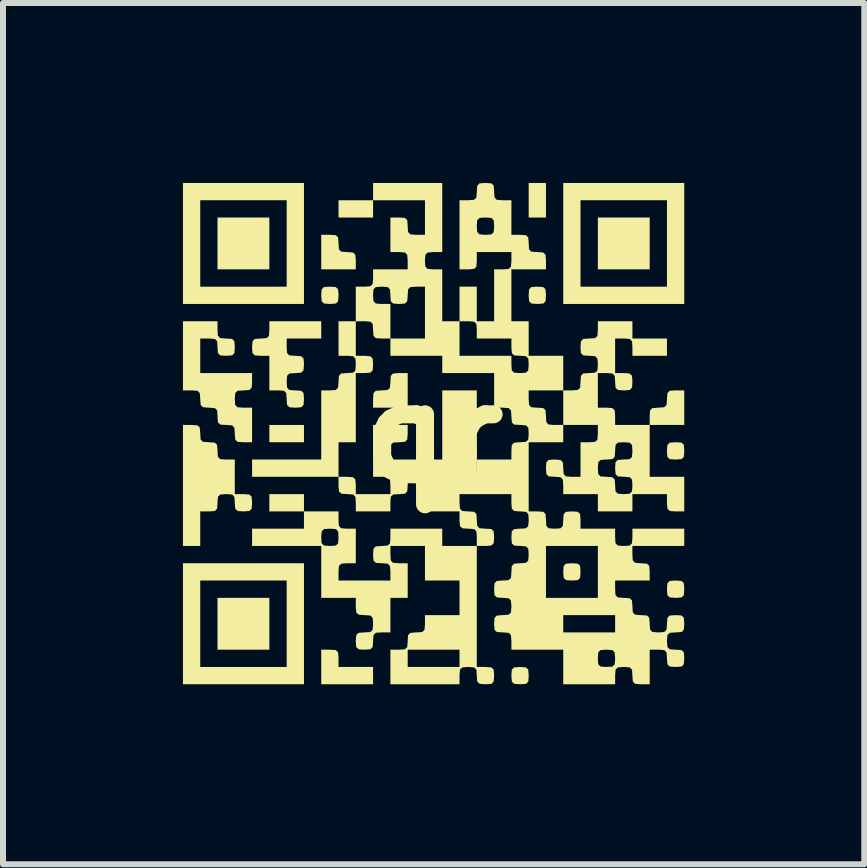
<source format=kicad_pcb>
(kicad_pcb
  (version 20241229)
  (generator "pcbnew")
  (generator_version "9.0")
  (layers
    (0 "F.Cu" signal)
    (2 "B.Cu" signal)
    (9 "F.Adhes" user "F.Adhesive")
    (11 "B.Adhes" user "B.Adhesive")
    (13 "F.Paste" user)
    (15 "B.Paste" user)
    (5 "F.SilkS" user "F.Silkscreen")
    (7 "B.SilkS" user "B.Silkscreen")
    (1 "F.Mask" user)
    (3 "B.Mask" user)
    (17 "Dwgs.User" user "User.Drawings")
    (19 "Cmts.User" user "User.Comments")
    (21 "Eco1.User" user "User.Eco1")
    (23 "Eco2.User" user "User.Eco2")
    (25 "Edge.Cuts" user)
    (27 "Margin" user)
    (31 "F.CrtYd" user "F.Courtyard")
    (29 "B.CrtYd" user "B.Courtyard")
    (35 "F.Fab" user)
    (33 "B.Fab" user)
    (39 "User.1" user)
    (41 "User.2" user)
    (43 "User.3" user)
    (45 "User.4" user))
  (footprint "qr"
    (layer "F.Cu")
    (at 4.178 4.178)
    (property "Reference" "qr" (at 0 0 0) (layer "F.SilkS") (effects (font (size 1.5 1.5) (thickness 0.3))))
    (attr board_only exclude_from_pos_files exclude_from_bom)
    (fp_poly (pts (xy -2.738 -3.17) (xy -2.738 -2.738) (xy -3.17 -2.738) (xy -3.602 -2.738) (xy -3.602 -3.17) (xy -3.602 -3.602) (xy -3.17 -3.602) (xy -2.738 -3.602)) (stroke (width 0) (type solid)) (fill yes) (layer "F.SilkS"))
    (fp_poly (pts (xy -2.738 3.17) (xy -2.738 3.602) (xy -3.17 3.602) (xy -3.602 3.602) (xy -3.602 3.17) (xy -3.602 2.738) (xy -3.17 2.738) (xy -2.738 2.738)) (stroke (width 0) (type solid)) (fill yes) (layer "F.SilkS"))
    (fp_poly (pts (xy -2.161 -0.000001) (xy -2.161 0.144) (xy -2.449 0.144) (xy -2.738 0.144) (xy -2.738 -0.000001) (xy -2.738 -0.144) (xy -2.449 -0.144) (xy -2.161 -0.144)) (stroke (width 0) (type solid)) (fill yes) (layer "F.SilkS"))
    (fp_poly (pts (xy -2.161 1.153) (xy -2.161 1.297) (xy -2.449 1.297) (xy -2.738 1.297) (xy -2.738 1.153) (xy -2.738 1.009) (xy -2.449 1.009) (xy -2.161 1.009)) (stroke (width 0) (type solid)) (fill yes) (layer "F.SilkS"))
    (fp_poly (pts (xy 1.873 -3.89) (xy 1.873 -3.602) (xy 1.729 -3.602) (xy 1.585 -3.602) (xy 1.585 -3.89) (xy 1.585 -4.178) (xy 1.729 -4.178) (xy 1.873 -4.178)) (stroke (width 0) (type solid)) (fill yes) (layer "F.SilkS"))
    (fp_poly (pts (xy 3.602 -3.17) (xy 3.602 -2.738) (xy 3.17 -2.738) (xy 2.738 -2.738) (xy 2.738 -3.17) (xy 2.738 -3.602) (xy 3.17 -3.602) (xy 3.602 -3.602)) (stroke (width 0) (type solid)) (fill yes) (layer "F.SilkS"))
    (fp_poly (pts (xy -1.632 3.608) (xy -1.593 3.644) (xy -1.585 3.735) (xy -1.585 3.746) (xy -1.585 3.89) (xy -1.297 3.89) (xy -1.009 3.89) (xy -1.009 4.034) (xy -1.009 4.178) (xy -1.441 4.178) (xy -1.873 4.178) (xy -1.873 3.89) (xy -1.873 3.602) (xy -1.729 3.602)) (stroke (width 0) (type solid)) (fill yes) (layer "F.SilkS"))
    (fp_poly (pts (xy -1.632 -2.443) (xy -1.593 -2.407) (xy -1.585 -2.316) (xy -1.585 -2.305) (xy -1.591 -2.209) (xy -1.627 -2.169) (xy -1.718 -2.161) (xy -1.729 -2.161) (xy -1.826 -2.168) (xy -1.865 -2.204) (xy -1.873 -2.294) (xy -1.873 -2.305) (xy -1.867 -2.402) (xy -1.831 -2.442) (xy -1.74 -2.449) (xy -1.729 -2.449)) (stroke (width 0) (type solid)) (fill yes) (layer "F.SilkS"))
    (fp_poly (pts (xy 1.537 3.897) (xy 1.577 3.933) (xy 1.585 4.023) (xy 1.585 4.034) (xy 1.579 4.131) (xy 1.543 4.171) (xy 1.452 4.178) (xy 1.441 4.178) (xy 1.344 4.172) (xy 1.305 4.136) (xy 1.297 4.045) (xy 1.297 4.034) (xy 1.303 3.938) (xy 1.339 3.898) (xy 1.43 3.89) (xy 1.441 3.89)) (stroke (width 0) (type solid)) (fill yes) (layer "F.SilkS"))
    (fp_poly (pts (xy 1.826 -2.443) (xy 1.865 -2.407) (xy 1.873 -2.316) (xy 1.873 -2.305) (xy 1.867 -2.209) (xy 1.831 -2.169) (xy 1.74 -2.161) (xy 1.729 -2.161) (xy 1.632 -2.168) (xy 1.593 -2.204) (xy 1.585 -2.294) (xy 1.585 -2.305) (xy 1.591 -2.402) (xy 1.627 -2.442) (xy 1.718 -2.449) (xy 1.729 -2.449)) (stroke (width 0) (type solid)) (fill yes) (layer "F.SilkS"))
    (fp_poly (pts (xy 2.402 2.168) (xy 2.442 2.204) (xy 2.449 2.294) (xy 2.449 2.305) (xy 2.443 2.402) (xy 2.407 2.442) (xy 2.316 2.449) (xy 2.305 2.449) (xy 2.209 2.443) (xy 2.169 2.407) (xy 2.161 2.316) (xy 2.161 2.305) (xy 2.168 2.209) (xy 2.204 2.169) (xy 2.294 2.161) (xy 2.305 2.161)) (stroke (width 0) (type solid)) (fill yes) (layer "F.SilkS"))
    (fp_poly (pts (xy 4.131 0.15) (xy 4.171 0.186) (xy 4.178 0.277) (xy 4.178 0.288) (xy 4.172 0.385) (xy 4.136 0.424) (xy 4.045 0.432) (xy 4.034 0.432) (xy 3.938 0.426) (xy 3.898 0.39) (xy 3.89 0.299) (xy 3.89 0.288) (xy 3.897 0.192) (xy 3.933 0.152) (xy 4.023 0.144) (xy 4.034 0.144)) (stroke (width 0) (type solid)) (fill yes) (layer "F.SilkS"))
    (fp_poly (pts (xy 4.131 2.456) (xy 4.171 2.492) (xy 4.178 2.583) (xy 4.178 2.594) (xy 4.172 2.69) (xy 4.136 2.73) (xy 4.045 2.738) (xy 4.034 2.738) (xy 3.938 2.731) (xy 3.898 2.695) (xy 3.89 2.604) (xy 3.89 2.594) (xy 3.897 2.497) (xy 3.933 2.457) (xy 4.023 2.449) (xy 4.034 2.449)) (stroke (width 0) (type solid)) (fill yes) (layer "F.SilkS"))
    (fp_poly (pts (xy -2.161 -3.17) (xy -2.161 -2.161) (xy -3.17 -2.161) (xy -4.178 -2.161) (xy -4.178 -3.17) (xy -3.89 -3.17) (xy -3.89 -2.449) (xy -3.17 -2.449) (xy -2.449 -2.449) (xy -2.449 -3.17) (xy -2.449 -3.89) (xy -3.17 -3.89) (xy -3.89 -3.89) (xy -3.89 -3.17) (xy -4.178 -3.17) (xy -4.178 -4.178) (xy -3.17 -4.178) (xy -2.161 -4.178)) (stroke (width 0) (type solid)) (fill yes) (layer "F.SilkS"))
    (fp_poly (pts (xy -2.161 3.17) (xy -2.161 4.178) (xy -3.17 4.178) (xy -4.178 4.178) (xy -4.178 3.17) (xy -3.89 3.17) (xy -3.89 3.89) (xy -3.17 3.89) (xy -2.449 3.89) (xy -2.449 3.17) (xy -2.449 2.449) (xy -3.17 2.449) (xy -3.89 2.449) (xy -3.89 3.17) (xy -4.178 3.17) (xy -4.178 2.161) (xy -3.17 2.161) (xy -2.161 2.161)) (stroke (width 0) (type solid)) (fill yes) (layer "F.SilkS"))
    (fp_poly (pts (xy -1.632 -3.308) (xy -1.593 -3.272) (xy -1.585 -3.181) (xy -1.585 -3.17) (xy -1.579 -3.073) (xy -1.543 -3.034) (xy -1.452 -3.026) (xy -1.441 -3.026) (xy -1.344 -3.019) (xy -1.305 -2.983) (xy -1.297 -2.893) (xy -1.297 -2.882) (xy -1.297 -2.738) (xy -1.585 -2.738) (xy -1.873 -2.738) (xy -1.873 -3.026) (xy -1.873 -3.314) (xy -1.729 -3.314)) (stroke (width 0) (type solid)) (fill yes) (layer "F.SilkS"))
    (fp_poly (pts (xy -0.432 -0.72) (xy -0.432 -0.432) (xy -0.72 -0.432) (xy -1.009 -0.432) (xy -1.009 -0.576) (xy -1.002 -0.673) (xy -0.966 -0.713) (xy -0.875 -0.72) (xy -0.865 -0.72) (xy -0.768 -0.727) (xy -0.728 -0.763) (xy -0.72 -0.854) (xy -0.72 -0.865) (xy -0.714 -0.961) (xy -0.678 -1.001) (xy -0.587 -1.009) (xy -0.576 -1.009) (xy -0.432 -1.009)) (stroke (width 0) (type solid)) (fill yes) (layer "F.SilkS"))
    (fp_poly (pts (xy 4.178 -3.17) (xy 4.178 -2.161) (xy 3.17 -2.161) (xy 2.161 -2.161) (xy 2.161 -3.17) (xy 2.449 -3.17) (xy 2.449 -2.449) (xy 3.17 -2.449) (xy 3.89 -2.449) (xy 3.89 -3.17) (xy 3.89 -3.89) (xy 3.17 -3.89) (xy 2.449 -3.89) (xy 2.449 -3.17) (xy 2.161 -3.17) (xy 2.161 -4.178) (xy 3.17 -4.178) (xy 4.178 -4.178)) (stroke (width 0) (type solid)) (fill yes) (layer "F.SilkS"))
    (fp_poly (pts (xy -3.938 -0.138) (xy -3.898 -0.102) (xy -3.89 -0.011) (xy -3.89 -0.000001) (xy -3.884 0.097) (xy -3.848 0.136) (xy -3.757 0.144) (xy -3.746 0.144) (xy -3.65 0.15) (xy -3.61 0.186) (xy -3.602 0.277) (xy -3.602 0.288) (xy -3.596 0.385) (xy -3.56 0.424) (xy -3.469 0.432) (xy -3.458 0.432) (xy -3.314 0.432) (xy -3.314 0.72) (xy -3.314 1.009) (xy -3.17 1.009) (xy -3.073 1.015) (xy -3.034 1.051) (xy -3.026 1.142) (xy -3.026 1.153) (xy -3.032 1.249) (xy -3.068 1.289) (xy -3.159 1.297) (xy -3.17 1.297) (xy -3.266 1.29) (xy -3.306 1.254) (xy -3.314 1.164) (xy -3.314 1.153) (xy -3.32 1.056) (xy -3.356 1.016) (xy -3.447 1.009) (xy -3.458 1.009) (xy -3.555 1.015) (xy -3.594 1.051) (xy -3.602 1.142) (xy -3.602 1.153) (xy -3.608 1.249) (xy -3.644 1.289) (xy -3.735 1.297) (xy -3.746 1.297) (xy -3.89 1.297) (xy -3.89 1.585) (xy -3.89 1.873) (xy -4.034 1.873) (xy -4.178 1.873) (xy -4.178 0.865) (xy -4.178 -0.144) (xy -4.034 -0.144)) (stroke (width 0) (type solid)) (fill yes) (layer "F.SilkS"))
    (fp_poly (pts (xy -1.873 -1.729) (xy -1.873 -1.585) (xy -2.161 -1.585) (xy -2.449 -1.585) (xy -2.449 -1.441) (xy -2.443 -1.344) (xy -2.407 -1.305) (xy -2.316 -1.297) (xy -2.305 -1.297) (xy -2.209 -1.29) (xy -2.169 -1.254) (xy -2.161 -1.164) (xy -2.161 -1.153) (xy -2.168 -1.056) (xy -2.204 -1.017) (xy -2.294 -1.009) (xy -2.305 -1.009) (xy -2.402 -1.002) (xy -2.442 -0.966) (xy -2.449 -0.875) (xy -2.449 -0.865) (xy -2.443 -0.768) (xy -2.407 -0.728) (xy -2.316 -0.72) (xy -2.305 -0.72) (xy -2.209 -0.714) (xy -2.169 -0.678) (xy -2.161 -0.587) (xy -2.161 -0.576) (xy -2.168 -0.48) (xy -2.204 -0.44) (xy -2.294 -0.432) (xy -2.305 -0.432) (xy -2.402 -0.439) (xy -2.442 -0.475) (xy -2.449 -0.565) (xy -2.449 -0.576) (xy -2.456 -0.673) (xy -2.492 -0.713) (xy -2.583 -0.72) (xy -2.594 -0.72) (xy -2.738 -0.72) (xy -2.738 -1.009) (xy -2.738 -1.297) (xy -2.882 -1.297) (xy -2.978 -1.303) (xy -3.018 -1.339) (xy -3.026 -1.43) (xy -3.026 -1.441) (xy -3.019 -1.537) (xy -2.983 -1.577) (xy -2.893 -1.585) (xy -2.882 -1.585) (xy -2.785 -1.591) (xy -2.746 -1.627) (xy -2.738 -1.718) (xy -2.738 -1.729) (xy -2.738 -1.873) (xy -2.305 -1.873) (xy -1.873 -1.873)) (stroke (width 0) (type solid)) (fill yes) (layer "F.SilkS"))
    (fp_poly (pts (xy -3.602 -1.729) (xy -3.596 -1.632) (xy -3.56 -1.593) (xy -3.469 -1.585) (xy -3.458 -1.585) (xy -3.361 -1.579) (xy -3.322 -1.543) (xy -3.314 -1.452) (xy -3.314 -1.441) (xy -3.32 -1.344) (xy -3.356 -1.305) (xy -3.447 -1.297) (xy -3.458 -1.297) (xy -3.555 -1.303) (xy -3.594 -1.339) (xy -3.602 -1.43) (xy -3.602 -1.441) (xy -3.608 -1.537) (xy -3.644 -1.577) (xy -3.735 -1.585) (xy -3.746 -1.585) (xy -3.89 -1.585) (xy -3.89 -1.297) (xy -3.89 -1.009) (xy -3.458 -1.009) (xy -3.026 -1.009) (xy -3.026 -0.865) (xy -3.032 -0.768) (xy -3.068 -0.728) (xy -3.159 -0.72) (xy -3.17 -0.72) (xy -3.266 -0.714) (xy -3.306 -0.678) (xy -3.314 -0.587) (xy -3.314 -0.576) (xy -3.308 -0.48) (xy -3.272 -0.44) (xy -3.181 -0.432) (xy -3.17 -0.432) (xy -3.026 -0.432) (xy -3.026 -0.144) (xy -3.026 0.144) (xy -3.17 0.144) (xy -3.266 0.138) (xy -3.306 0.102) (xy -3.314 0.011) (xy -3.314 -0.000001) (xy -3.32 -0.097) (xy -3.356 -0.136) (xy -3.447 -0.144) (xy -3.458 -0.144) (xy -3.555 -0.15) (xy -3.594 -0.186) (xy -3.602 -0.277) (xy -3.602 -0.288) (xy -3.608 -0.385) (xy -3.644 -0.424) (xy -3.735 -0.432) (xy -3.746 -0.432) (xy -3.843 -0.439) (xy -3.882 -0.475) (xy -3.89 -0.565) (xy -3.89 -0.576) (xy -3.897 -0.673) (xy -3.933 -0.713) (xy -4.023 -0.72) (xy -4.034 -0.72) (xy -4.178 -0.72) (xy -4.178 -1.297) (xy -4.178 -1.873) (xy -3.89 -1.873) (xy -3.602 -1.873)) (stroke (width 0) (type solid)) (fill yes) (layer "F.SilkS"))
    (fp_poly (pts (xy 0.144 -3.602) (xy 0.144 -3.026) (xy -0.000001 -3.026) (xy -0.097 -3.019) (xy -0.136 -2.983) (xy -0.144 -2.893) (xy -0.144 -2.882) (xy -0.138 -2.785) (xy -0.102 -2.746) (xy -0.011 -2.738) (xy -0.000001 -2.738) (xy 0.144 -2.738) (xy 0.144 -2.305) (xy 0.144 -1.873) (xy 0.288 -1.873) (xy 0.432 -1.873) (xy 0.432 -2.161) (xy 0.432 -2.449) (xy 0.576 -2.449) (xy 0.72 -2.449) (xy 0.72 -2.161) (xy 0.72 -1.873) (xy 0.865 -1.873) (xy 1.009 -1.873) (xy 1.009 -2.305) (xy 1.009 -2.738) (xy 1.153 -2.738) (xy 1.249 -2.744) (xy 1.289 -2.78) (xy 1.297 -2.871) (xy 1.297 -2.882) (xy 1.297 -3.026) (xy 1.009 -3.026) (xy 0.72 -3.026) (xy 0.72 -2.882) (xy 0.714 -2.785) (xy 0.678 -2.746) (xy 0.587 -2.738) (xy 0.576 -2.738) (xy 0.432 -2.738) (xy 0.432 -3.314) (xy 0.432 -3.458) (xy 0.72 -3.458) (xy 0.727 -3.361) (xy 0.763 -3.322) (xy 0.854 -3.314) (xy 0.865 -3.314) (xy 0.961 -3.32) (xy 1.001 -3.356) (xy 1.009 -3.447) (xy 1.009 -3.458) (xy 1.002 -3.555) (xy 0.966 -3.594) (xy 0.875 -3.602) (xy 0.865 -3.602) (xy 0.768 -3.596) (xy 0.728 -3.56) (xy 0.72 -3.469) (xy 0.72 -3.458) (xy 0.432 -3.458) (xy 0.432 -3.89) (xy 0.576 -3.89) (xy 0.673 -3.897) (xy 0.713 -3.933) (xy 0.72 -4.023) (xy 0.72 -4.034) (xy 0.727 -4.131) (xy 0.763 -4.171) (xy 0.854 -4.178) (xy 0.865 -4.178) (xy 0.961 -4.172) (xy 1.001 -4.136) (xy 1.009 -4.045) (xy 1.009 -4.034) (xy 1.015 -3.938) (xy 1.051 -3.898) (xy 1.142 -3.89) (xy 1.153 -3.89) (xy 1.297 -3.89) (xy 1.297 -3.602) (xy 1.297 -3.314) (xy 1.441 -3.314) (xy 1.537 -3.308) (xy 1.577 -3.272) (xy 1.585 -3.181) (xy 1.585 -3.17) (xy 1.591 -3.073) (xy 1.627 -3.034) (xy 1.718 -3.026) (xy 1.729 -3.026) (xy 1.826 -3.019) (xy 1.865 -2.983) (xy 1.873 -2.893) (xy 1.873 -2.882) (xy 1.873 -2.738) (xy 1.585 -2.738) (xy 1.297 -2.738) (xy 1.297 -2.305) (xy 1.297 -1.873) (xy 1.441 -1.873) (xy 1.585 -1.873) (xy 1.585 -1.585) (xy 1.585 -1.297) (xy 1.873 -1.297) (xy 2.161 -1.297) (xy 2.161 -1.009) (xy 2.161 -0.72) (xy 2.305 -0.72) (xy 2.402 -0.727) (xy 2.442 -0.763) (xy 2.449 -0.854) (xy 2.449 -0.865) (xy 2.456 -0.961) (xy 2.492 -1.001) (xy 2.583 -1.009) (xy 2.594 -1.009) (xy 2.69 -1.015) (xy 2.73 -1.051) (xy 2.738 -1.142) (xy 2.738 -1.153) (xy 2.731 -1.249) (xy 2.695 -1.289) (xy 2.604 -1.297) (xy 2.594 -1.297) (xy 2.497 -1.303) (xy 2.457 -1.339) (xy 2.449 -1.43) (xy 2.449 -1.441) (xy 2.456 -1.537) (xy 2.492 -1.577) (xy 2.583 -1.585) (xy 2.594 -1.585) (xy 2.69 -1.591) (xy 2.73 -1.627) (xy 2.738 -1.718) (xy 2.738 -1.729) (xy 2.738 -1.873) (xy 3.026 -1.873) (xy 3.314 -1.873) (xy 3.314 -1.729) (xy 3.314 -1.585) (xy 3.602 -1.585) (xy 3.89 -1.585) (xy 3.89 -1.441) (xy 3.89 -1.297) (xy 3.602 -1.297) (xy 3.314 -1.297) (xy 3.314 -1.441) (xy 3.308 -1.537) (xy 3.272 -1.577) (xy 3.181 -1.585) (xy 3.17 -1.585) (xy 3.026 -1.585) (xy 3.026 -1.297) (xy 3.026 -1.009) (xy 3.17 -1.009) (xy 3.266 -1.002) (xy 3.306 -0.966) (xy 3.314 -0.875) (xy 3.314 -0.865) (xy 3.308 -0.768) (xy 3.272 -0.728) (xy 3.181 -0.72) (xy 3.17 -0.72) (xy 3.073 -0.727) (xy 3.034 -0.763) (xy 3.026 -0.854) (xy 3.026 -0.865) (xy 3.019 -0.961) (xy 2.983 -1.001) (xy 2.893 -1.009) (xy 2.882 -1.009) (xy 2.738 -1.009) (xy 2.738 -0.72) (xy 2.738 -0.432) (xy 2.882 -0.432) (xy 2.978 -0.426) (xy 3.018 -0.39) (xy 3.026 -0.299) (xy 3.026 -0.288) (xy 3.026 -0.144) (xy 3.314 -0.144) (xy 3.602 -0.144) (xy 3.602 -0.288) (xy 3.608 -0.385) (xy 3.644 -0.424) (xy 3.735 -0.432) (xy 3.746 -0.432) (xy 3.843 -0.439) (xy 3.882 -0.475) (xy 3.89 -0.565) (xy 3.89 -0.576) (xy 3.897 -0.673) (xy 3.933 -0.713) (xy 4.023 -0.72) (xy 4.034 -0.72) (xy 4.178 -0.72) (xy 4.178 -0.432) (xy 4.178 -0.144) (xy 3.89 -0.144) (xy 3.602 -0.144) (xy 3.602 0.288) (xy 3.602 0.72) (xy 3.89 0.72) (xy 4.178 0.72) (xy 4.178 1.009) (xy 4.178 1.297) (xy 4.034 1.297) (xy 3.938 1.29) (xy 3.898 1.254) (xy 3.89 1.164) (xy 3.89 1.153) (xy 3.89 1.009) (xy 3.602 1.009) (xy 3.314 1.009) (xy 3.314 1.153) (xy 3.314 1.297) (xy 3.026 1.297) (xy 2.738 1.297) (xy 2.738 1.153) (xy 2.738 1.009) (xy 2.449 1.009) (xy 2.161 1.009) (xy 2.161 0.865) (xy 2.155 0.768) (xy 2.119 0.728) (xy 2.028 0.72) (xy 2.017 0.72) (xy 1.921 0.714) (xy 1.881 0.678) (xy 1.873 0.587) (xy 1.873 0.576) (xy 1.879 0.48) (xy 1.915 0.44) (xy 2.006 0.432) (xy 2.017 0.432) (xy 2.114 0.439) (xy 2.153 0.475) (xy 2.161 0.565) (xy 2.161 0.576) (xy 2.168 0.673) (xy 2.204 0.713) (xy 2.294 0.72) (xy 2.305 0.72) (xy 2.449 0.72) (xy 2.449 0.576) (xy 2.738 0.576) (xy 2.744 0.673) (xy 2.78 0.713) (xy 2.871 0.72) (xy 2.882 0.72) (xy 2.978 0.727) (xy 3.018 0.763) (xy 3.026 0.854) (xy 3.026 0.865) (xy 3.032 0.961) (xy 3.068 1.001) (xy 3.159 1.009) (xy 3.17 1.009) (xy 3.266 1.002) (xy 3.306 0.966) (xy 3.314 0.875) (xy 3.314 0.865) (xy 3.308 0.768) (xy 3.272 0.728) (xy 3.181 0.72) (xy 3.17 0.72) (xy 3.073 0.714) (xy 3.034 0.678) (xy 3.026 0.587) (xy 3.026 0.576) (xy 3.032 0.48) (xy 3.068 0.44) (xy 3.159 0.432) (xy 3.17 0.432) (xy 3.266 0.426) (xy 3.306 0.39) (xy 3.314 0.299) (xy 3.314 0.288) (xy 3.308 0.192) (xy 3.272 0.152) (xy 3.181 0.144) (xy 3.17 0.144) (xy 3.073 0.15) (xy 3.034 0.186) (xy 3.026 0.277) (xy 3.026 0.288) (xy 3.019 0.385) (xy 2.983 0.424) (xy 2.893 0.432) (xy 2.882 0.432) (xy 2.785 0.439) (xy 2.746 0.475) (xy 2.738 0.565) (xy 2.738 0.576) (xy 2.449 0.576) (xy 2.449 0.432) (xy 2.449 0.144) (xy 2.594 0.144) (xy 2.69 0.138) (xy 2.73 0.102) (xy 2.738 0.011) (xy 2.738 -0.000001) (xy 2.738 -0.144) (xy 2.449 -0.144) (xy 2.161 -0.144) (xy 2.161 -0.000001) (xy 2.161 0.144) (xy 1.873 0.144) (xy 1.585 0.144) (xy 1.585 0.72) (xy 1.585 1.297) (xy 1.729 1.297) (xy 1.826 1.303) (xy 1.865 1.339) (xy 1.873 1.43) (xy 1.873 1.441) (xy 1.879 1.537) (xy 1.915 1.577) (xy 2.006 1.585) (xy 2.017 1.585) (xy 2.114 1.579) (xy 2.153 1.543) (xy 2.161 1.452) (xy 2.161 1.441) (xy 2.168 1.344) (xy 2.204 1.305) (xy 2.294 1.297) (xy 2.305 1.297) (xy 2.402 1.303) (xy 2.442 1.339) (xy 2.449 1.43) (xy 2.449 1.441) (xy 2.449 1.585) (xy 2.738 1.585) (xy 3.026 1.585) (xy 3.026 1.729) (xy 3.032 1.826) (xy 3.068 1.865) (xy 3.159 1.873) (xy 3.17 1.873) (xy 3.266 1.867) (xy 3.306 1.831) (xy 3.314 1.74) (xy 3.314 1.729) (xy 3.314 1.585) (xy 3.746 1.585) (xy 4.178 1.585) (xy 4.178 1.729) (xy 4.178 1.873) (xy 3.746 1.873) (xy 3.314 1.873) (xy 3.314 2.017) (xy 3.32 2.114) (xy 3.356 2.153) (xy 3.447 2.161) (xy 3.458 2.161) (xy 3.555 2.168) (xy 3.594 2.204) (xy 3.602 2.294) (xy 3.602 2.305) (xy 3.602 2.449) (xy 3.314 2.449) (xy 3.026 2.449) (xy 3.026 2.594) (xy 3.032 2.69) (xy 3.068 2.73) (xy 3.159 2.738) (xy 3.17 2.738) (xy 3.266 2.744) (xy 3.306 2.78) (xy 3.314 2.871) (xy 3.314 2.882) (xy 3.32 2.978) (xy 3.356 3.018) (xy 3.447 3.026) (xy 3.458 3.026) (xy 3.555 3.032) (xy 3.594 3.068) (xy 3.602 3.159) (xy 3.602 3.17) (xy 3.608 3.266) (xy 3.644 3.306) (xy 3.735 3.314) (xy 3.746 3.314) (xy 3.843 3.308) (xy 3.882 3.272) (xy 3.89 3.181) (xy 3.89 3.17) (xy 3.897 3.073) (xy 3.933 3.034) (xy 4.023 3.026) (xy 4.034 3.026) (xy 4.131 3.032) (xy 4.171 3.068) (xy 4.178 3.159) (xy 4.178 3.17) (xy 4.172 3.266) (xy 4.136 3.306) (xy 4.045 3.314) (xy 4.034 3.314) (xy 3.938 3.32) (xy 3.898 3.356) (xy 3.89 3.447) (xy 3.89 3.458) (xy 3.897 3.555) (xy 3.933 3.594) (xy 4.023 3.602) (xy 4.034 3.602) (xy 4.131 3.608) (xy 4.171 3.644) (xy 4.178 3.735) (xy 4.178 3.746) (xy 4.172 3.843) (xy 4.136 3.882) (xy 4.045 3.89) (xy 4.034 3.89) (xy 3.938 3.884) (xy 3.898 3.848) (xy 3.89 3.757) (xy 3.89 3.746) (xy 3.884 3.65) (xy 3.848 3.61) (xy 3.757 3.602) (xy 3.746 3.602) (xy 3.602 3.602) (xy 3.602 3.89) (xy 3.602 4.178) (xy 3.458 4.178) (xy 3.361 4.172) (xy 3.322 4.136) (xy 3.314 4.045) (xy 3.314 4.034) (xy 3.308 3.938) (xy 3.272 3.898) (xy 3.181 3.89) (xy 3.17 3.89) (xy 3.073 3.897) (xy 3.034 3.933) (xy 3.026 4.023) (xy 3.026 4.034) (xy 3.026 4.178) (xy 2.594 4.178) (xy 2.161 4.178) (xy 2.161 3.89) (xy 2.161 3.746) (xy 2.738 3.746) (xy 2.744 3.843) (xy 2.78 3.882) (xy 2.871 3.89) (xy 2.882 3.89) (xy 2.978 3.884) (xy 3.018 3.848) (xy 3.026 3.757) (xy 3.026 3.746) (xy 3.019 3.65) (xy 2.983 3.61) (xy 2.893 3.602) (xy 2.882 3.602) (xy 2.785 3.608) (xy 2.746 3.644) (xy 2.738 3.735) (xy 2.738 3.746) (xy 2.161 3.746) (xy 2.161 3.602) (xy 1.729 3.602) (xy 1.297 3.602) (xy 1.297 3.458) (xy 1.29 3.361) (xy 1.254 3.322) (xy 1.164 3.314) (xy 1.153 3.314) (xy 1.056 3.308) (xy 1.016 3.272) (xy 1.009 3.181) (xy 1.009 3.17) (xy 2.161 3.17) (xy 2.161 3.314) (xy 2.594 3.314) (xy 3.026 3.314) (xy 3.026 3.17) (xy 3.026 3.026) (xy 2.594 3.026) (xy 2.161 3.026) (xy 2.161 3.17) (xy 1.009 3.17) (xy 1.015 3.073) (xy 1.051 3.034) (xy 1.142 3.026) (xy 1.153 3.026) (xy 1.249 3.019) (xy 1.289 2.983) (xy 1.297 2.893) (xy 1.297 2.882) (xy 1.29 2.785) (xy 1.254 2.746) (xy 1.164 2.738) (xy 1.153 2.738) (xy 1.056 2.731) (xy 1.016 2.695) (xy 1.009 2.604) (xy 1.009 2.594) (xy 1.015 2.497) (xy 1.051 2.457) (xy 1.142 2.449) (xy 1.153 2.449) (xy 1.249 2.443) (xy 1.289 2.407) (xy 1.297 2.316) (xy 1.297 2.305) (xy 1.873 2.305) (xy 1.873 2.738) (xy 2.305 2.738) (xy 2.738 2.738) (xy 2.738 2.305) (xy 2.738 1.873) (xy 2.305 1.873) (xy 1.873 1.873) (xy 1.873 2.305) (xy 1.297 2.305) (xy 1.303 2.209) (xy 1.339 2.169) (xy 1.43 2.161) (xy 1.441 2.161) (xy 1.537 2.155) (xy 1.577 2.119) (xy 1.585 2.028) (xy 1.585 2.017) (xy 1.579 1.921) (xy 1.543 1.881) (xy 1.452 1.873) (xy 1.441 1.873) (xy 1.344 1.867) (xy 1.305 1.831) (xy 1.297 1.74) (xy 1.297 1.729) (xy 1.303 1.632) (xy 1.339 1.593) (xy 1.43 1.585) (xy 1.441 1.585) (xy 1.537 1.579) (xy 1.577 1.543) (xy 1.585 1.452) (xy 1.585 1.441) (xy 1.579 1.344) (xy 1.543 1.305) (xy 1.452 1.297) (xy 1.441 1.297) (xy 1.344 1.29) (xy 1.305 1.254) (xy 1.297 1.164) (xy 1.297 1.153) (xy 1.297 1.009) (xy 0.865 1.009) (xy 0.432 1.009) (xy 0.432 1.153) (xy 0.439 1.249) (xy 0.475 1.289) (xy 0.565 1.297) (xy 0.576 1.297) (xy 0.673 1.303) (xy 0.713 1.339) (xy 0.72 1.43) (xy 0.72 1.441) (xy 0.727 1.537) (xy 0.763 1.577) (xy 0.854 1.585) (xy 0.865 1.585) (xy 0.961 1.591) (xy 1.001 1.627) (xy 1.009 1.718) (xy 1.009 1.729) (xy 1.002 1.826) (xy 0.966 1.865) (xy 0.875 1.873) (xy 0.865 1.873) (xy 0.72 1.873) (xy 0.72 2.882) (xy 0.72 3.89) (xy 0.865 3.89) (xy 0.961 3.897) (xy 1.001 3.933) (xy 1.009 4.023) (xy 1.009 4.034) (xy 1.002 4.131) (xy 0.966 4.171) (xy 0.875 4.178) (xy 0.865 4.178) (xy 0.768 4.172) (xy 0.728 4.136) (xy 0.72 4.045) (xy 0.72 4.034) (xy 0.714 3.938) (xy 0.678 3.898) (xy 0.587 3.89) (xy 0.576 3.89) (xy 0.48 3.897) (xy 0.44 3.933) (xy 0.432 4.023) (xy 0.432 4.034) (xy 0.432 4.178) (xy -0.144 4.178) (xy -0.72 4.178) (xy -0.72 3.89) (xy -0.72 3.746) (xy -0.432 3.746) (xy -0.432 3.89) (xy -0.000001 3.89) (xy 0.432 3.89) (xy 0.432 3.746) (xy 0.432 3.602) (xy -0.000001 3.602) (xy -0.432 3.602) (xy -0.432 3.746) (xy -0.72 3.746) (xy -0.72 3.602) (xy -0.576 3.602) (xy -0.48 3.596) (xy -0.44 3.56) (xy -0.432 3.469) (xy -0.432 3.458) (xy -0.426 3.361) (xy -0.39 3.322) (xy -0.299 3.314) (xy -0.288 3.314) (xy -0.192 3.308) (xy -0.152 3.272) (xy -0.144 3.181) (xy -0.144 3.17) (xy -0.144 3.026) (xy 0.144 3.026) (xy 0.432 3.026) (xy 0.432 2.738) (xy 0.432 2.449) (xy 0.144 2.449) (xy -0.144 2.449) (xy -0.144 2.161) (xy -0.144 1.873) (xy -0.432 1.873) (xy -0.72 1.873) (xy -0.72 2.017) (xy -0.714 2.114) (xy -0.678 2.153) (xy -0.587 2.161) (xy -0.576 2.161) (xy -0.432 2.161) (xy -0.432 2.449) (xy -0.432 2.738) (xy -0.576 2.738) (xy -0.72 2.738) (xy -0.72 3.026) (xy -0.72 3.314) (xy -0.865 3.314) (xy -0.961 3.32) (xy -1.001 3.356) (xy -1.009 3.447) (xy -1.009 3.458) (xy -1.015 3.555) (xy -1.051 3.594) (xy -1.142 3.602) (xy -1.153 3.602) (xy -1.249 3.596) (xy -1.289 3.56) (xy -1.297 3.469) (xy -1.297 3.458) (xy -1.29 3.361) (xy -1.254 3.322) (xy -1.164 3.314) (xy -1.153 3.314) (xy -1.056 3.308) (xy -1.017 3.272) (xy -1.009 3.181) (xy -1.009 3.17) (xy -1.015 3.073) (xy -1.051 3.034) (xy -1.142 3.026) (xy -1.153 3.026) (xy -1.249 3.019) (xy -1.289 2.983) (xy -1.297 2.893) (xy -1.297 2.882) (xy -1.297 2.738) (xy -1.585 2.738) (xy -1.873 2.738) (xy -1.873 2.305) (xy -1.873 1.873) (xy -2.449 1.873) (xy -3.026 1.873) (xy -3.026 1.729) (xy -1.873 1.729) (xy -1.867 1.826) (xy -1.831 1.865) (xy -1.74 1.873) (xy -1.729 1.873) (xy -1.632 1.867) (xy -1.593 1.831) (xy -1.585 1.74) (xy -1.585 1.729) (xy -1.591 1.632) (xy -1.627 1.593) (xy -1.718 1.585) (xy -1.729 1.585) (xy -1.826 1.591) (xy -1.865 1.627) (xy -1.873 1.718) (xy -1.873 1.729) (xy -3.026 1.729) (xy -3.026 1.585) (xy -2.594 1.585) (xy -2.161 1.585) (xy -2.161 1.441) (xy -2.161 1.297) (xy -1.873 1.297) (xy -1.585 1.297) (xy -1.585 1.441) (xy -1.579 1.537) (xy -1.543 1.577) (xy -1.452 1.585) (xy -1.441 1.585) (xy -1.297 1.585) (xy -1.297 1.873) (xy -1.297 2.161) (xy -1.441 2.161) (xy -1.537 2.168) (xy -1.577 2.204) (xy -1.585 2.294) (xy -1.585 2.305) (xy -1.585 2.449) (xy -1.153 2.449) (xy -0.72 2.449) (xy -0.72 2.305) (xy -0.727 2.209) (xy -0.763 2.169) (xy -0.854 2.161) (xy -0.865 2.161) (xy -0.961 2.155) (xy -1.001 2.119) (xy -1.009 2.028) (xy -1.009 2.017) (xy -1.002 1.921) (xy -0.966 1.881) (xy -0.875 1.873) (xy -0.865 1.873) (xy -0.768 1.867) (xy -0.728 1.831) (xy -0.72 1.74) (xy -0.72 1.729) (xy -0.72 1.585) (xy -0.288 1.585) (xy 0.144 1.585) (xy 0.144 1.729) (xy 0.144 1.873) (xy 0.432 1.873) (xy 0.72 1.873) (xy 0.72 1.729) (xy 0.714 1.632) (xy 0.678 1.593) (xy 0.587 1.585) (xy 0.576 1.585) (xy 0.48 1.579) (xy 0.44 1.543) (xy 0.432 1.452) (xy 0.432 1.441) (xy 0.432 1.297) (xy 0.144 1.297) (xy -0.144 1.297) (xy -0.144 1.009) (xy -0.144 0.72) (xy -0.288 0.72) (xy -0.385 0.727) (xy -0.424 0.763) (xy -0.432 0.854) (xy -0.432 0.865) (xy -0.439 0.961) (xy -0.475 1.001) (xy -0.565 1.009) (xy -0.576 1.009) (xy -0.673 1.015) (xy -0.713 1.051) (xy -0.72 1.142) (xy -0.72 1.153) (xy -0.72 1.297) (xy -1.009 1.297) (xy -1.297 1.297) (xy -1.297 1.153) (xy -1.303 1.056) (xy -1.339 1.016) (xy -1.43 1.009) (xy -1.441 1.009) (xy -1.537 1.002) (xy -1.577 0.966) (xy -1.585 0.875) (xy -1.585 0.865) (xy -1.585 0.72) (xy -1.441 0.72) (xy -1.344 0.727) (xy -1.305 0.763) (xy -1.297 0.854) (xy -1.297 0.865) (xy -1.297 1.009) (xy -1.009 1.009) (xy -0.72 1.009) (xy -0.72 0.865) (xy -0.727 0.768) (xy -0.763 0.728) (xy -0.854 0.72) (xy -0.865 0.72) (xy -1.009 0.72) (xy -1.009 0.288) (xy -1.009 -0.144) (xy -0.72 -0.144) (xy -0.432 -0.144) (xy -0.432 -0.000001) (xy -0.439 0.097) (xy -0.475 0.136) (xy -0.565 0.144) (xy -0.576 0.144) (xy -0.673 0.15) (xy -0.713 0.186) (xy -0.72 0.277) (xy -0.72 0.288) (xy -0.72 0.432) (xy -0.288 0.432) (xy 0.144 0.432) (xy 0.144 -0.144) (xy 0.144 -0.72) (xy 0.432 -0.72) (xy 0.72 -0.72) (xy 0.72 -0.432) (xy 0.72 -0.144) (xy 0.576 -0.144) (xy 0.48 -0.138) (xy 0.44 -0.102) (xy 0.432 -0.011) (xy 0.432 -0.000001) (xy 0.439 0.097) (xy 0.475 0.136) (xy 0.565 0.144) (xy 0.576 0.144) (xy 0.673 0.15) (xy 0.713 0.186) (xy 0.72 0.277) (xy 0.72 0.288) (xy 0.714 0.385) (xy 0.678 0.424) (xy 0.587 0.432) (xy 0.576 0.432) (xy 0.48 0.439) (xy 0.44 0.475) (xy 0.432 0.565) (xy 0.432 0.576) (xy 0.439 0.673) (xy 0.475 0.713) (xy 0.565 0.72) (xy 0.576 0.72) (xy 0.673 0.714) (xy 0.713 0.678) (xy 0.72 0.587) (xy 0.72 0.576) (xy 0.72 0.432) (xy 1.009 0.432) (xy 1.297 0.432) (xy 1.297 0.288) (xy 1.303 0.192) (xy 1.339 0.152) (xy 1.43 0.144) (xy 1.441 0.144) (xy 1.537 0.138) (xy 1.577 0.102) (xy 1.585 0.011) (xy 1.585 -0.000001) (xy 1.579 -0.097) (xy 1.543 -0.136) (xy 1.452 -0.144) (xy 1.441 -0.144) (xy 1.344 -0.15) (xy 1.305 -0.186) (xy 1.297 -0.277) (xy 1.297 -0.288) (xy 1.29 -0.385) (xy 1.254 -0.424) (xy 1.164 -0.432) (xy 1.153 -0.432) (xy 1.009 -0.432) (xy 1.009 -0.576) (xy 1.585 -0.576) (xy 1.591 -0.48) (xy 1.627 -0.44) (xy 1.718 -0.432) (xy 1.729 -0.432) (xy 1.826 -0.426) (xy 1.865 -0.39) (xy 1.873 -0.299) (xy 1.873 -0.288) (xy 1.879 -0.192) (xy 1.915 -0.152) (xy 2.006 -0.144) (xy 2.017 -0.144) (xy 2.161 -0.144) (xy 2.161 -0.432) (xy 2.161 -0.72) (xy 1.873 -0.72) (xy 1.585 -0.72) (xy 1.585 -0.576) (xy 1.009 -0.576) (xy 1.009 -0.72) (xy 1.009 -1.009) (xy 0.576 -1.009) (xy 0.144 -1.009) (xy 0.144 -1.153) (xy 0.144 -1.297) (xy -0.288 -1.297) (xy -0.72 -1.297) (xy -0.72 -1.441) (xy -0.72 -1.585) (xy -0.432 -1.585) (xy -0.144 -1.585) (xy 0.432 -1.585) (xy 0.432 -1.297) (xy 0.865 -1.297) (xy 1.297 -1.297) (xy 1.297 -1.153) (xy 1.303 -1.056) (xy 1.339 -1.017) (xy 1.43 -1.009) (xy 1.441 -1.009) (xy 1.537 -1.015) (xy 1.577 -1.051) (xy 1.585 -1.142) (xy 1.585 -1.153) (xy 1.579 -1.249) (xy 1.543 -1.289) (xy 1.452 -1.297) (xy 1.441 -1.297) (xy 1.344 -1.303) (xy 1.305 -1.339) (xy 1.297 -1.43) (xy 1.297 -1.441) (xy 1.297 -1.585) (xy 1.009 -1.585) (xy 0.72 -1.585) (xy 0.72 -1.729) (xy 0.714 -1.826) (xy 0.678 -1.865) (xy 0.587 -1.873) (xy 0.576 -1.873) (xy 0.432 -1.873) (xy 0.432 -1.585) (xy -0.144 -1.585) (xy -0.144 -2.017) (xy -0.144 -2.449) (xy -0.288 -2.449) (xy -0.385 -2.443) (xy -0.424 -2.407) (xy -0.432 -2.316) (xy -0.432 -2.305) (xy -0.439 -2.209) (xy -0.475 -2.169) (xy -0.565 -2.161) (xy -0.576 -2.161) (xy -0.673 -2.168) (xy -0.713 -2.204) (xy -0.72 -2.294) (xy -0.72 -2.305) (xy -0.727 -2.402) (xy -0.763 -2.442) (xy -0.854 -2.449) (xy -0.865 -2.449) (xy -0.961 -2.443) (xy -1.001 -2.407) (xy -1.009 -2.316) (xy -1.009 -2.305) (xy -1.002 -2.209) (xy -0.966 -2.169) (xy -0.875 -2.161) (xy -0.865 -2.161) (xy -0.72 -2.161) (xy -0.72 -1.873) (xy -0.72 -1.585) (xy -0.865 -1.585) (xy -0.961 -1.591) (xy -1.001 -1.627) (xy -1.009 -1.718) (xy -1.009 -1.729) (xy -1.015 -1.826) (xy -1.051 -1.865) (xy -1.142 -1.873) (xy -1.153 -1.873) (xy -1.297 -1.873) (xy -1.297 -1.585) (xy -1.297 -1.297) (xy -1.153 -1.297) (xy -1.056 -1.29) (xy -1.017 -1.254) (xy -1.009 -1.164) (xy -1.009 -1.153) (xy -1.015 -1.056) (xy -1.051 -1.017) (xy -1.142 -1.009) (xy -1.153 -1.009) (xy -1.297 -1.009) (xy -1.297 -0.432) (xy -1.297 0.144) (xy -1.441 0.144) (xy -1.585 0.144) (xy -1.585 0.432) (xy -1.585 0.72) (xy -2.305 0.72) (xy -3.026 0.72) (xy -3.026 0.576) (xy -3.026 0.432) (xy -2.449 0.432) (xy -1.873 0.432) (xy -1.873 -0.144) (xy -1.873 -0.72) (xy -1.729 -0.72) (xy -1.632 -0.727) (xy -1.593 -0.763) (xy -1.585 -0.854) (xy -1.585 -0.865) (xy -1.579 -0.961) (xy -1.543 -1.001) (xy -1.452 -1.009) (xy -1.441 -1.009) (xy -1.344 -1.015) (xy -1.305 -1.051) (xy -1.297 -1.142) (xy -1.297 -1.153) (xy -1.303 -1.249) (xy -1.339 -1.289) (xy -1.43 -1.297) (xy -1.441 -1.297) (xy -1.585 -1.297) (xy -1.585 -1.585) (xy -1.585 -1.873) (xy -1.441 -1.873) (xy -1.297 -1.873) (xy -1.297 -2.161) (xy -1.297 -2.449) (xy -1.153 -2.449) (xy -1.056 -2.456) (xy -1.017 -2.492) (xy -1.009 -2.583) (xy -1.009 -2.594) (xy -1.009 -2.738) (xy -0.72 -2.738) (xy -0.432 -2.738) (xy -0.432 -2.882) (xy -0.439 -2.978) (xy -0.475 -3.018) (xy -0.565 -3.026) (xy -0.576 -3.026) (xy -0.72 -3.026) (xy -0.72 -3.314) (xy -0.72 -3.602) (xy -0.576 -3.602) (xy -0.48 -3.596) (xy -0.44 -3.56) (xy -0.432 -3.469) (xy -0.432 -3.458) (xy -0.426 -3.361) (xy -0.39 -3.322) (xy -0.299 -3.314) (xy -0.288 -3.314) (xy -0.144 -3.314) (xy -0.144 -3.602) (xy -0.144 -3.89) (xy -0.576 -3.89) (xy -1.009 -3.89) (xy -1.009 -3.746) (xy -1.009 -3.602) (xy -1.297 -3.602) (xy -1.585 -3.602) (xy -1.585 -3.746) (xy -1.585 -3.89) (xy -1.297 -3.89) (xy -1.009 -3.89) (xy -1.009 -4.034) (xy -1.009 -4.178) (xy -0.432 -4.178) (xy 0.144 -4.178)) (stroke (width 0) (type solid)) (fill yes) (layer "F.SilkS")))
  (gr_rect
    (start -3 -3)
    (end 11.357 11.357)
    (stroke (width 0.1) (type default))
    (fill no)
    (layer "Edge.Cuts")))
</source>
